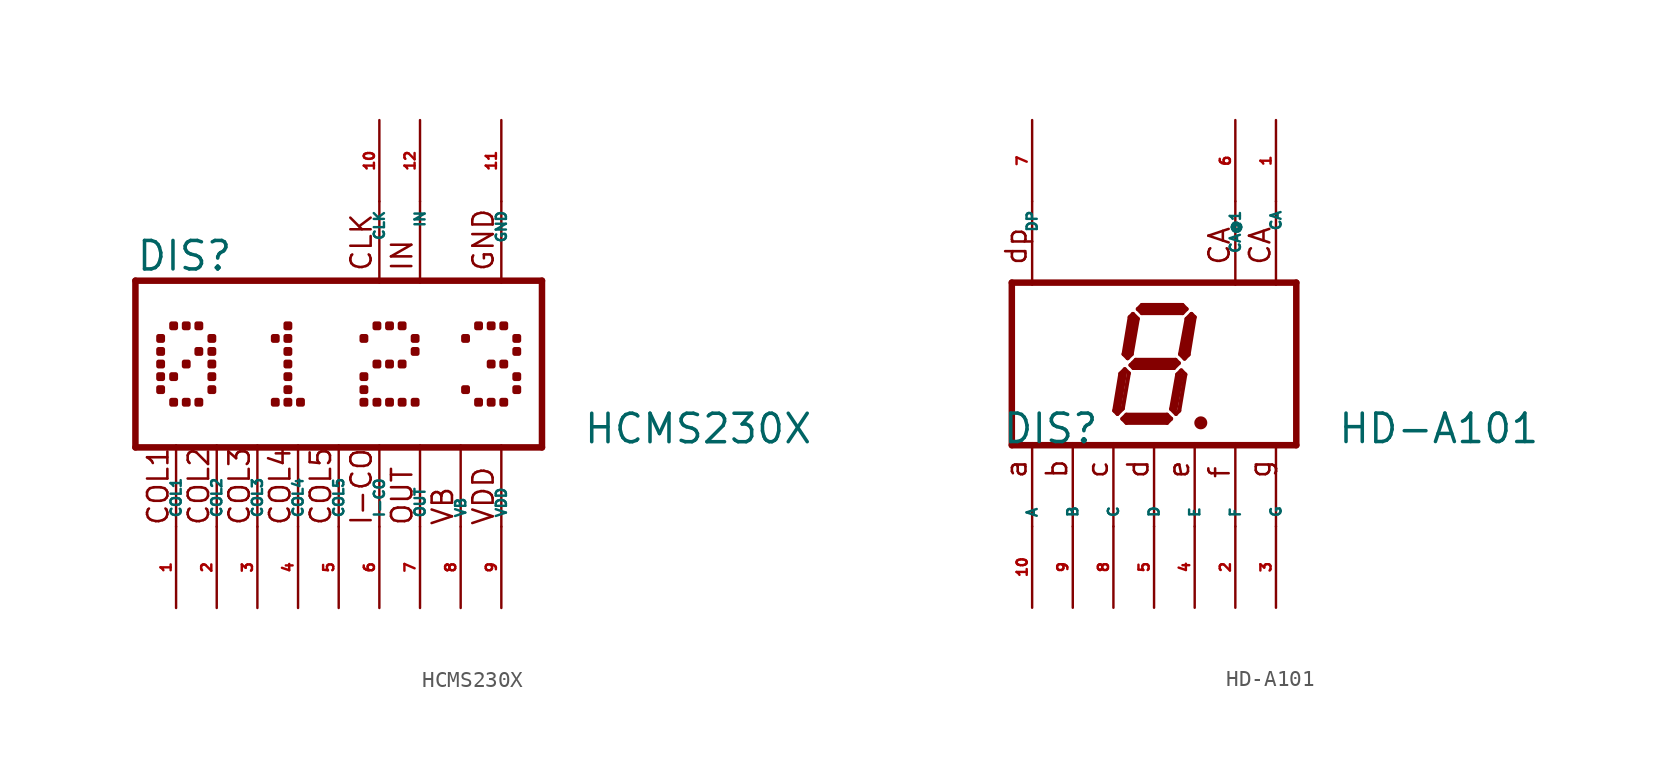
<source format=kicad_sym>
(kicad_symbol_lib
  (version 20220914)
  (generator Eagle2Kicad)
  (symbol "HCMS230X"
    (property "Reference" "DIS"
      (at -12.7 5.715 0)
      (effects (font (size 1.778 1.778) (thickness 0.22)) (justify left bottom)))
    (property "Value" "HCMS230X"
      (at 15.24 -5.08 0)
      (effects (font (size 1.778 1.778) (thickness 0.22)) (justify left bottom)))
    (polyline
      (pts (xy -12.7 -5.207) (xy 12.7 -5.207))
      (stroke (width 0.406) (type default))
      (fill (type none)))
    (polyline
      (pts (xy -12.7 -5.207) (xy -12.7 5.207))
      (stroke (width 0.406) (type default))
      (fill (type none)))
    (polyline
      (pts (xy -10.16 -10.16) (xy -10.16 -5.08))
      (stroke (width 0.152) (type default))
      (fill (type none)))
    (polyline
      (pts (xy -7.62 -10.16) (xy -7.62 -5.08))
      (stroke (width 0.152) (type default))
      (fill (type none)))
    (polyline
      (pts (xy -5.08 -10.16) (xy -5.08 -5.08))
      (stroke (width 0.152) (type default))
      (fill (type none)))
    (polyline
      (pts (xy -2.54 -10.16) (xy -2.54 -5.08))
      (stroke (width 0.152) (type default))
      (fill (type none)))
    (polyline
      (pts (xy 0 -10.16) (xy 0 -5.08))
      (stroke (width 0.152) (type default))
      (fill (type none)))
    (polyline
      (pts (xy 2.54 -10.16) (xy 2.54 -5.08))
      (stroke (width 0.152) (type default))
      (fill (type none)))
    (polyline
      (pts (xy 5.08 -10.16) (xy 5.08 -5.08))
      (stroke (width 0.152) (type default))
      (fill (type none)))
    (polyline
      (pts (xy 7.62 -10.16) (xy 7.62 -5.08))
      (stroke (width 0.152) (type default))
      (fill (type none)))
    (polyline
      (pts (xy -12.7 5.207) (xy 12.7 5.207))
      (stroke (width 0.406) (type default))
      (fill (type none)))
    (polyline
      (pts (xy 5.08 10.16) (xy 5.08 5.08))
      (stroke (width 0.152) (type default))
      (fill (type none)))
    (polyline
      (pts (xy 2.54 10.16) (xy 2.54 5.08))
      (stroke (width 0.152) (type default))
      (fill (type none)))
    (polyline
      (pts (xy 12.7 -5.207) (xy 12.7 5.207))
      (stroke (width 0.406) (type default))
      (fill (type none)))
    (polyline
      (pts (xy 10.16 10.16) (xy 10.16 5.08))
      (stroke (width 0.152) (type default))
      (fill (type none)))
    (polyline
      (pts (xy 10.16 -10.16) (xy 10.16 -5.08))
      (stroke (width 0.152) (type default))
      (fill (type none)))
    (text "VDD"
      (at 9.779 -10.16 900)
      (effects (font (size 1.27 1.27) (thickness 0.16)) (justify left bottom)))
    (text "GND"
      (at 9.779 5.715 900)
      (effects (font (size 1.27 1.27) (thickness 0.16)) (justify left bottom)))
    (text "COL1"
      (at -10.541 -10.16 900)
      (effects (font (size 1.27 1.27) (thickness 0.16)) (justify left bottom)))
    (text "COL2"
      (at -8.001 -10.16 900)
      (effects (font (size 1.27 1.27) (thickness 0.16)) (justify left bottom)))
    (text "COL3"
      (at -5.461 -10.16 900)
      (effects (font (size 1.27 1.27) (thickness 0.16)) (justify left bottom)))
    (text "COL4"
      (at -2.921 -10.16 900)
      (effects (font (size 1.27 1.27) (thickness 0.16)) (justify left bottom)))
    (text "COL5"
      (at -0.381 -10.16 900)
      (effects (font (size 1.27 1.27) (thickness 0.16)) (justify left bottom)))
    (text "I-CO"
      (at 2.159 -10.16 900)
      (effects (font (size 1.27 1.27) (thickness 0.16)) (justify left bottom)))
    (text "VB"
      (at 7.239 -10.16 900)
      (effects (font (size 1.27 1.27) (thickness 0.16)) (justify left bottom)))
    (text "CLK"
      (at 2.159 5.715 900)
      (effects (font (size 1.27 1.27) (thickness 0.16)) (justify left bottom)))
    (text "OUT"
      (at 4.699 -10.16 900)
      (effects (font (size 1.27 1.27) (thickness 0.16)) (justify left bottom)))
    (text "IN"
      (at 4.699 5.715 900)
      (effects (font (size 1.27 1.27) (thickness 0.16)) (justify left bottom)))
    (rectangle
      (start -3.302 -0.127)
      (end -3.048 0.127)
      (stroke (width 0.3) (type default))
      (fill (type outline)))
    (rectangle
      (start -3.302 0.66)
      (end -3.048 0.914)
      (stroke (width 0.3) (type default))
      (fill (type outline)))
    (rectangle
      (start -3.302 1.473)
      (end -3.048 1.727)
      (stroke (width 0.3) (type default))
      (fill (type outline)))
    (rectangle
      (start -3.302 2.261)
      (end -3.048 2.515)
      (stroke (width 0.3) (type default))
      (fill (type outline)))
    (rectangle
      (start -3.302 -0.914)
      (end -3.048 -0.66)
      (stroke (width 0.3) (type default))
      (fill (type outline)))
    (rectangle
      (start -3.302 -1.727)
      (end -3.048 -1.473)
      (stroke (width 0.3) (type default))
      (fill (type outline)))
    (rectangle
      (start -3.302 -2.515)
      (end -3.048 -2.261)
      (stroke (width 0.3) (type default))
      (fill (type outline)))
    (rectangle
      (start -4.089 1.473)
      (end -3.835 1.727)
      (stroke (width 0.3) (type default))
      (fill (type outline)))
    (rectangle
      (start -2.515 -2.515)
      (end -2.261 -2.261)
      (stroke (width 0.3) (type default))
      (fill (type outline)))
    (rectangle
      (start -4.089 -2.515)
      (end -3.835 -2.261)
      (stroke (width 0.3) (type default))
      (fill (type outline)))
    (rectangle
      (start 3.048 -0.127)
      (end 3.302 0.127)
      (stroke (width 0.3) (type default))
      (fill (type outline)))
    (rectangle
      (start 3.835 -0.127)
      (end 4.089 0.127)
      (stroke (width 0.3) (type default))
      (fill (type outline)))
    (rectangle
      (start 2.261 -0.127)
      (end 2.515 0.127)
      (stroke (width 0.3) (type default))
      (fill (type outline)))
    (rectangle
      (start 3.048 2.261)
      (end 3.302 2.515)
      (stroke (width 0.3) (type default))
      (fill (type outline)))
    (rectangle
      (start 3.048 -2.515)
      (end 3.302 -2.261)
      (stroke (width 0.3) (type default))
      (fill (type outline)))
    (rectangle
      (start 1.448 1.473)
      (end 1.702 1.727)
      (stroke (width 0.3) (type default))
      (fill (type outline)))
    (rectangle
      (start 2.261 2.261)
      (end 2.515 2.515)
      (stroke (width 0.3) (type default))
      (fill (type outline)))
    (rectangle
      (start 4.648 0.66)
      (end 4.902 0.914)
      (stroke (width 0.3) (type default))
      (fill (type outline)))
    (rectangle
      (start 4.648 1.473)
      (end 4.902 1.727)
      (stroke (width 0.3) (type default))
      (fill (type outline)))
    (rectangle
      (start 3.835 2.261)
      (end 4.089 2.515)
      (stroke (width 0.3) (type default))
      (fill (type outline)))
    (rectangle
      (start 3.835 -2.515)
      (end 4.089 -2.261)
      (stroke (width 0.3) (type default))
      (fill (type outline)))
    (rectangle
      (start 4.648 -2.515)
      (end 4.902 -2.261)
      (stroke (width 0.3) (type default))
      (fill (type outline)))
    (rectangle
      (start 1.448 -1.727)
      (end 1.702 -1.473)
      (stroke (width 0.3) (type default))
      (fill (type outline)))
    (rectangle
      (start 1.448 -0.914)
      (end 1.702 -0.66)
      (stroke (width 0.3) (type default))
      (fill (type outline)))
    (rectangle
      (start 2.261 -2.515)
      (end 2.515 -2.261)
      (stroke (width 0.3) (type default))
      (fill (type outline)))
    (rectangle
      (start 1.448 -2.515)
      (end 1.702 -2.261)
      (stroke (width 0.3) (type default))
      (fill (type outline)))
    (rectangle
      (start 9.398 -0.127)
      (end 9.652 0.127)
      (stroke (width 0.3) (type default))
      (fill (type outline)))
    (rectangle
      (start 10.185 -0.127)
      (end 10.439 0.127)
      (stroke (width 0.3) (type default))
      (fill (type outline)))
    (rectangle
      (start 9.398 2.261)
      (end 9.652 2.515)
      (stroke (width 0.3) (type default))
      (fill (type outline)))
    (rectangle
      (start 9.398 -2.515)
      (end 9.652 -2.261)
      (stroke (width 0.3) (type default))
      (fill (type outline)))
    (rectangle
      (start 7.798 1.473)
      (end 8.052 1.727)
      (stroke (width 0.3) (type default))
      (fill (type outline)))
    (rectangle
      (start 8.611 2.261)
      (end 8.865 2.515)
      (stroke (width 0.3) (type default))
      (fill (type outline)))
    (rectangle
      (start 10.998 0.66)
      (end 11.252 0.914)
      (stroke (width 0.3) (type default))
      (fill (type outline)))
    (rectangle
      (start 10.998 1.473)
      (end 11.252 1.727)
      (stroke (width 0.3) (type default))
      (fill (type outline)))
    (rectangle
      (start 10.185 2.261)
      (end 10.439 2.515)
      (stroke (width 0.3) (type default))
      (fill (type outline)))
    (rectangle
      (start 10.998 -0.914)
      (end 11.252 -0.66)
      (stroke (width 0.3) (type default))
      (fill (type outline)))
    (rectangle
      (start 10.998 -1.727)
      (end 11.252 -1.473)
      (stroke (width 0.3) (type default))
      (fill (type outline)))
    (rectangle
      (start 10.185 -2.515)
      (end 10.439 -2.261)
      (stroke (width 0.3) (type default))
      (fill (type outline)))
    (rectangle
      (start 7.798 -1.727)
      (end 8.052 -1.473)
      (stroke (width 0.3) (type default))
      (fill (type outline)))
    (rectangle
      (start 8.611 -2.515)
      (end 8.865 -2.261)
      (stroke (width 0.3) (type default))
      (fill (type outline)))
    (rectangle
      (start -9.652 -0.127)
      (end -9.398 0.127)
      (stroke (width 0.3) (type default))
      (fill (type outline)))
    (rectangle
      (start -8.052 -0.127)
      (end -7.798 0.127)
      (stroke (width 0.3) (type default))
      (fill (type outline)))
    (rectangle
      (start -11.252 -0.127)
      (end -10.998 0.127)
      (stroke (width 0.3) (type default))
      (fill (type outline)))
    (rectangle
      (start -9.652 2.261)
      (end -9.398 2.515)
      (stroke (width 0.3) (type default))
      (fill (type outline)))
    (rectangle
      (start -9.652 -2.515)
      (end -9.398 -2.261)
      (stroke (width 0.3) (type default))
      (fill (type outline)))
    (rectangle
      (start -11.252 0.66)
      (end -10.998 0.914)
      (stroke (width 0.3) (type default))
      (fill (type outline)))
    (rectangle
      (start -11.252 1.473)
      (end -10.998 1.727)
      (stroke (width 0.3) (type default))
      (fill (type outline)))
    (rectangle
      (start -10.439 2.261)
      (end -10.185 2.515)
      (stroke (width 0.3) (type default))
      (fill (type outline)))
    (rectangle
      (start -8.865 0.66)
      (end -8.611 0.914)
      (stroke (width 0.3) (type default))
      (fill (type outline)))
    (rectangle
      (start -8.052 0.66)
      (end -7.798 0.914)
      (stroke (width 0.3) (type default))
      (fill (type outline)))
    (rectangle
      (start -8.052 1.473)
      (end -7.798 1.727)
      (stroke (width 0.3) (type default))
      (fill (type outline)))
    (rectangle
      (start -8.865 2.261)
      (end -8.611 2.515)
      (stroke (width 0.3) (type default))
      (fill (type outline)))
    (rectangle
      (start -10.439 -0.914)
      (end -10.185 -0.66)
      (stroke (width 0.3) (type default))
      (fill (type outline)))
    (rectangle
      (start -8.052 -0.914)
      (end -7.798 -0.66)
      (stroke (width 0.3) (type default))
      (fill (type outline)))
    (rectangle
      (start -8.052 -1.727)
      (end -7.798 -1.473)
      (stroke (width 0.3) (type default))
      (fill (type outline)))
    (rectangle
      (start -8.865 -2.515)
      (end -8.611 -2.261)
      (stroke (width 0.3) (type default))
      (fill (type outline)))
    (rectangle
      (start -11.252 -1.727)
      (end -10.998 -1.473)
      (stroke (width 0.3) (type default))
      (fill (type outline)))
    (rectangle
      (start -11.252 -0.914)
      (end -10.998 -0.66)
      (stroke (width 0.3) (type default))
      (fill (type outline)))
    (rectangle
      (start -10.439 -2.515)
      (end -10.185 -2.261)
      (stroke (width 0.3) (type default))
      (fill (type outline)))
    (pin input line
      (at -10.16 -15.24 90)
      (length 5.08)
      (name "COL1" (effects (font (size 0.635 0.635) (thickness 0.08)) (justify left bottom)))
      (number "1" (effects (font (size 0.635 0.635) (thickness 0.08)) (justify left bottom))))
    (pin input line
      (at -7.62 -15.24 90)
      (length 5.08)
      (name "COL2" (effects (font (size 0.635 0.635) (thickness 0.08)) (justify left bottom)))
      (number "2" (effects (font (size 0.635 0.635) (thickness 0.08)) (justify left bottom))))
    (pin input line
      (at -5.08 -15.24 90)
      (length 5.08)
      (name "COL3" (effects (font (size 0.635 0.635) (thickness 0.08)) (justify left bottom)))
      (number "3" (effects (font (size 0.635 0.635) (thickness 0.08)) (justify left bottom))))
    (pin input line
      (at -2.54 -15.24 90)
      (length 5.08)
      (name "COL4" (effects (font (size 0.635 0.635) (thickness 0.08)) (justify left bottom)))
      (number "4" (effects (font (size 0.635 0.635) (thickness 0.08)) (justify left bottom))))
    (pin input line
      (at 0 -15.24 90)
      (length 5.08)
      (name "COL5" (effects (font (size 0.635 0.635) (thickness 0.08)) (justify left bottom)))
      (number "5" (effects (font (size 0.635 0.635) (thickness 0.08)) (justify left bottom))))
    (pin input line
      (at 2.54 -15.24 90)
      (length 5.08)
      (name "I-CO" (effects (font (size 0.635 0.635) (thickness 0.08)) (justify left bottom)))
      (number "6" (effects (font (size 0.635 0.635) (thickness 0.08)) (justify left bottom))))
    (pin input line
      (at 5.08 -15.24 90)
      (length 5.08)
      (name "OUT" (effects (font (size 0.635 0.635) (thickness 0.08)) (justify left bottom)))
      (number "7" (effects (font (size 0.635 0.635) (thickness 0.08)) (justify left bottom))))
    (pin input line
      (at 7.62 -15.24 90)
      (length 5.08)
      (name "VB" (effects (font (size 0.635 0.635) (thickness 0.08)) (justify left bottom)))
      (number "8" (effects (font (size 0.635 0.635) (thickness 0.08)) (justify left bottom))))
    (pin unspecified line
      (at 10.16 -15.24 90)
      (length 5.08)
      (name "VDD" (effects (font (size 0.635 0.635) (thickness 0.08)) (justify left bottom)))
      (number "9" (effects (font (size 0.635 0.635) (thickness 0.08)) (justify left bottom))))
    (pin unspecified line
      (at 10.16 15.24 270)
      (length 5.08)
      (name "GND" (effects (font (size 0.635 0.635) (thickness 0.08)) (justify left bottom)))
      (number "11" (effects (font (size 0.635 0.635) (thickness 0.08)) (justify left bottom))))
    (pin input line
      (at 2.54 15.24 270)
      (length 5.08)
      (name "CLK" (effects (font (size 0.635 0.635) (thickness 0.08)) (justify left bottom)))
      (number "10" (effects (font (size 0.635 0.635) (thickness 0.08)) (justify left bottom))))
    (pin input line
      (at 5.08 15.24 270)
      (length 5.08)
      (name "IN" (effects (font (size 0.635 0.635) (thickness 0.08)) (justify left bottom)))
      (number "12" (effects (font (size 0.635 0.635) (thickness 0.08)) (justify left bottom)))))
  (symbol "HD-A101"
    (property "Reference" "DIS"
      (at -9.525 -5.08 0)
      (effects (font (size 1.778 1.778) (thickness 0.22)) (justify left bottom)))
    (property "Value" "HD-A101"
      (at 11.43 -5.08 0)
      (effects (font (size 1.778 1.778) (thickness 0.22)) (justify left bottom)))
    (polyline
      (pts (xy 2.794 -3.683) (xy 3.048 -3.683))
      (stroke (width 0.305) (type default))
      (fill (type none)))
    (polyline
      (pts (xy 2.337 3.124) (xy 2.032 2.819))
      (stroke (width 0.254) (type default))
      (fill (type none)))
    (polyline
      (pts (xy 2.032 2.819) (xy 1.626 0.61))
      (stroke (width 0.254) (type default))
      (fill (type none)))
    (polyline
      (pts (xy 1.626 0.61) (xy 1.905 0.33))
      (stroke (width 0.254) (type default))
      (fill (type none)))
    (polyline
      (pts (xy 1.905 0.33) (xy 2.159 0.584))
      (stroke (width 0.254) (type default))
      (fill (type none)))
    (polyline
      (pts (xy 2.159 0.584) (xy 2.54 2.921))
      (stroke (width 0.254) (type default))
      (fill (type none)))
    (polyline
      (pts (xy 2.54 2.921) (xy 2.337 3.124))
      (stroke (width 0.254) (type default))
      (fill (type none)))
    (polyline
      (pts (xy 2.032 3.429) (xy 1.778 3.175))
      (stroke (width 0.254) (type default))
      (fill (type none)))
    (polyline
      (pts (xy 1.778 3.175) (xy -0.762 3.175))
      (stroke (width 0.254) (type default))
      (fill (type none)))
    (polyline
      (pts (xy -0.762 3.175) (xy -1.016 3.429))
      (stroke (width 0.254) (type default))
      (fill (type none)))
    (polyline
      (pts (xy -1.016 3.429) (xy -0.762 3.683))
      (stroke (width 0.254) (type default))
      (fill (type none)))
    (polyline
      (pts (xy -0.762 3.683) (xy 1.778 3.683))
      (stroke (width 0.254) (type default))
      (fill (type none)))
    (polyline
      (pts (xy 1.778 3.683) (xy 2.032 3.429))
      (stroke (width 0.254) (type default))
      (fill (type none)))
    (polyline
      (pts (xy -1.321 3.124) (xy -1.016 2.819))
      (stroke (width 0.254) (type default))
      (fill (type none)))
    (polyline
      (pts (xy -1.016 2.819) (xy -1.397 0.61))
      (stroke (width 0.254) (type default))
      (fill (type none)))
    (polyline
      (pts (xy -1.397 0.61) (xy -1.651 0.356))
      (stroke (width 0.254) (type default))
      (fill (type none)))
    (polyline
      (pts (xy -1.651 0.356) (xy -1.905 0.61))
      (stroke (width 0.254) (type default))
      (fill (type none)))
    (polyline
      (pts (xy -1.905 0.61) (xy -1.524 2.921))
      (stroke (width 0.254) (type default))
      (fill (type none)))
    (polyline
      (pts (xy -1.524 2.921) (xy -1.321 3.124))
      (stroke (width 0.254) (type default))
      (fill (type none)))
    (polyline
      (pts (xy -1.473 -0.076) (xy -1.143 0.254))
      (stroke (width 0.254) (type default))
      (fill (type none)))
    (polyline
      (pts (xy -1.143 0.254) (xy 1.346 0.254))
      (stroke (width 0.254) (type default))
      (fill (type none)))
    (polyline
      (pts (xy 1.346 0.254) (xy 1.549 0.051))
      (stroke (width 0.254) (type default))
      (fill (type none)))
    (polyline
      (pts (xy 1.549 0.051) (xy 1.245 -0.254))
      (stroke (width 0.254) (type default))
      (fill (type none)))
    (polyline
      (pts (xy 1.245 -0.254) (xy -1.295 -0.254))
      (stroke (width 0.254) (type default))
      (fill (type none)))
    (polyline
      (pts (xy -1.295 -0.254) (xy -1.473 -0.076))
      (stroke (width 0.254) (type default))
      (fill (type none)))
    (polyline
      (pts (xy -1.829 -0.33) (xy -1.575 -0.584))
      (stroke (width 0.254) (type default))
      (fill (type none)))
    (polyline
      (pts (xy -2.286 -3.124) (xy -1.956 -2.794))
      (stroke (width 0.254) (type default))
      (fill (type none)))
    (polyline
      (pts (xy -1.956 -2.794) (xy -1.575 -0.584))
      (stroke (width 0.254) (type default))
      (fill (type none)))
    (polyline
      (pts (xy -1.829 -0.33) (xy -2.108 -0.61))
      (stroke (width 0.254) (type default))
      (fill (type none)))
    (polyline
      (pts (xy -2.108 -0.61) (xy -2.489 -2.921))
      (stroke (width 0.254) (type default))
      (fill (type none)))
    (polyline
      (pts (xy -2.489 -2.921) (xy -2.286 -3.124))
      (stroke (width 0.254) (type default))
      (fill (type none)))
    (polyline
      (pts (xy -1.981 -3.429) (xy -1.727 -3.175))
      (stroke (width 0.254) (type default))
      (fill (type none)))
    (polyline
      (pts (xy -1.727 -3.175) (xy 0.813 -3.175))
      (stroke (width 0.254) (type default))
      (fill (type none)))
    (polyline
      (pts (xy 0.813 -3.175) (xy 1.067 -3.429))
      (stroke (width 0.254) (type default))
      (fill (type none)))
    (polyline
      (pts (xy 1.067 -3.429) (xy 0.813 -3.683))
      (stroke (width 0.254) (type default))
      (fill (type none)))
    (polyline
      (pts (xy 0.813 -3.683) (xy -1.727 -3.683))
      (stroke (width 0.254) (type default))
      (fill (type none)))
    (polyline
      (pts (xy -1.727 -3.683) (xy -1.981 -3.429))
      (stroke (width 0.254) (type default))
      (fill (type none)))
    (polyline
      (pts (xy 1.702 -0.406) (xy 1.448 -0.66))
      (stroke (width 0.254) (type default))
      (fill (type none)))
    (polyline
      (pts (xy 1.448 -0.66) (xy 1.067 -2.819))
      (stroke (width 0.254) (type default))
      (fill (type none)))
    (polyline
      (pts (xy 1.067 -2.819) (xy 1.372 -3.124))
      (stroke (width 0.254) (type default))
      (fill (type none)))
    (polyline
      (pts (xy 1.372 -3.124) (xy 1.575 -2.921))
      (stroke (width 0.254) (type default))
      (fill (type none)))
    (polyline
      (pts (xy 1.575 -2.921) (xy 1.956 -0.66))
      (stroke (width 0.254) (type default))
      (fill (type none)))
    (polyline
      (pts (xy 1.956 -0.66) (xy 1.702 -0.406))
      (stroke (width 0.254) (type default))
      (fill (type none)))
    (polyline
      (pts (xy 2.286 2.794) (xy 1.905 0.635))
      (stroke (width 0.406) (type default))
      (fill (type none)))
    (polyline
      (pts (xy 1.778 3.429) (xy -0.762 3.429))
      (stroke (width 0.406) (type default))
      (fill (type none)))
    (polyline
      (pts (xy -1.27 2.794) (xy -1.651 0.635))
      (stroke (width 0.406) (type default))
      (fill (type none)))
    (polyline
      (pts (xy -1.27 0) (xy 1.27 0))
      (stroke (width 0.406) (type default))
      (fill (type none)))
    (polyline
      (pts (xy 1.651 -0.762) (xy 1.27 -2.794))
      (stroke (width 0.406) (type default))
      (fill (type none)))
    (polyline
      (pts (xy 0.762 -3.429) (xy -1.651 -3.429))
      (stroke (width 0.406) (type default))
      (fill (type none)))
    (polyline
      (pts (xy -2.286 -2.921) (xy -1.905 -0.635))
      (stroke (width 0.406) (type default))
      (fill (type none)))
    (polyline
      (pts (xy -8.89 5.08) (xy 8.89 5.08))
      (stroke (width 0.406) (type default))
      (fill (type none)))
    (polyline
      (pts (xy 8.89 -5.08) (xy 8.89 5.08))
      (stroke (width 0.406) (type default))
      (fill (type none)))
    (polyline
      (pts (xy 8.89 -5.08) (xy -8.89 -5.08))
      (stroke (width 0.406) (type default))
      (fill (type none)))
    (polyline
      (pts (xy -8.89 5.08) (xy -8.89 -5.08))
      (stroke (width 0.406) (type default))
      (fill (type none)))
    (polyline
      (pts (xy 7.62 -4.953) (xy 7.62 -10.16))
      (stroke (width 0.152) (type default))
      (fill (type none)))
    (polyline
      (pts (xy 5.08 -4.953) (xy 5.08 -10.16))
      (stroke (width 0.152) (type default))
      (fill (type none)))
    (polyline
      (pts (xy 0 -4.953) (xy 0 -10.16))
      (stroke (width 0.152) (type default))
      (fill (type none)))
    (polyline
      (pts (xy -5.08 -4.953) (xy -5.08 -10.16))
      (stroke (width 0.152) (type default))
      (fill (type none)))
    (polyline
      (pts (xy -7.62 -4.953) (xy -7.62 -10.16))
      (stroke (width 0.152) (type default))
      (fill (type none)))
    (polyline
      (pts (xy 7.62 10.16) (xy 7.62 4.953))
      (stroke (width 0.152) (type default))
      (fill (type none)))
    (polyline
      (pts (xy -2.54 -4.953) (xy -2.54 -10.16))
      (stroke (width 0.152) (type default))
      (fill (type none)))
    (polyline
      (pts (xy 2.54 -4.953) (xy 2.54 -10.16))
      (stroke (width 0.152) (type default))
      (fill (type none)))
    (polyline
      (pts (xy -7.62 10.16) (xy -7.62 4.953))
      (stroke (width 0.152) (type default))
      (fill (type none)))
    (polyline
      (pts (xy 5.08 10.16) (xy 5.08 4.953))
      (stroke (width 0.152) (type default))
      (fill (type none)))
    (text "CA"
      (at 7.366 6.096 900)
      (effects (font (size 1.27 1.27) (thickness 0.16)) (justify left bottom)))
    (text "CA"
      (at 4.826 6.096 900)
      (effects (font (size 1.27 1.27) (thickness 0.16)) (justify left bottom)))
    (text "a"
      (at -7.874 -7.239 900)
      (effects (font (size 1.27 1.27) (thickness 0.16)) (justify left bottom)))
    (text "b"
      (at -5.334 -7.239 900)
      (effects (font (size 1.27 1.27) (thickness 0.16)) (justify left bottom)))
    (text "c"
      (at -2.794 -7.239 900)
      (effects (font (size 1.27 1.27) (thickness 0.16)) (justify left bottom)))
    (text "d"
      (at -0.254 -7.239 900)
      (effects (font (size 1.27 1.27) (thickness 0.16)) (justify left bottom)))
    (text "e"
      (at 2.286 -7.239 900)
      (effects (font (size 1.27 1.27) (thickness 0.16)) (justify left bottom)))
    (text "f"
      (at 4.826 -7.239 900)
      (effects (font (size 1.27 1.27) (thickness 0.16)) (justify left bottom)))
    (text "g"
      (at 7.366 -7.239 900)
      (effects (font (size 1.27 1.27) (thickness 0.16)) (justify left bottom)))
    (text "dp"
      (at -7.874 6.096 900)
      (effects (font (size 1.27 1.27) (thickness 0.16)) (justify left bottom)))
    (circle
      (center 2.921 -3.683)
      (radius 0.254)
      (stroke (width 0.305) (type default))
      (fill (type none)))
    (pin passive line
      (at -7.62 15.24 270)
      (length 5.08)
      (name "DP" (effects (font (size 0.635 0.635) (thickness 0.08)) (justify left bottom)))
      (number "7" (effects (font (size 0.635 0.635) (thickness 0.08)) (justify left bottom))))
    (pin passive line
      (at 5.08 -15.24 90)
      (length 5.08)
      (name "F" (effects (font (size 0.635 0.635) (thickness 0.08)) (justify left bottom)))
      (number "2" (effects (font (size 0.635 0.635) (thickness 0.08)) (justify left bottom))))
    (pin passive line
      (at 0 -15.24 90)
      (length 5.08)
      (name "D" (effects (font (size 0.635 0.635) (thickness 0.08)) (justify left bottom)))
      (number "5" (effects (font (size 0.635 0.635) (thickness 0.08)) (justify left bottom))))
    (pin passive line
      (at -5.08 -15.24 90)
      (length 5.08)
      (name "B" (effects (font (size 0.635 0.635) (thickness 0.08)) (justify left bottom)))
      (number "9" (effects (font (size 0.635 0.635) (thickness 0.08)) (justify left bottom))))
    (pin passive line
      (at -7.62 -15.24 90)
      (length 5.08)
      (name "A" (effects (font (size 0.635 0.635) (thickness 0.08)) (justify left bottom)))
      (number "10" (effects (font (size 0.635 0.635) (thickness 0.08)) (justify left bottom))))
    (pin passive line
      (at 7.62 15.24 270)
      (length 5.08)
      (name "CA" (effects (font (size 0.635 0.635) (thickness 0.08)) (justify left bottom)))
      (number "1" (effects (font (size 0.635 0.635) (thickness 0.08)) (justify left bottom))))
    (pin passive line
      (at -2.54 -15.24 90)
      (length 5.08)
      (name "C" (effects (font (size 0.635 0.635) (thickness 0.08)) (justify left bottom)))
      (number "8" (effects (font (size 0.635 0.635) (thickness 0.08)) (justify left bottom))))
    (pin passive line
      (at 2.54 -15.24 90)
      (length 5.08)
      (name "E" (effects (font (size 0.635 0.635) (thickness 0.08)) (justify left bottom)))
      (number "4" (effects (font (size 0.635 0.635) (thickness 0.08)) (justify left bottom))))
    (pin passive line
      (at 7.62 -15.24 90)
      (length 5.08)
      (name "G" (effects (font (size 0.635 0.635) (thickness 0.08)) (justify left bottom)))
      (number "3" (effects (font (size 0.635 0.635) (thickness 0.08)) (justify left bottom))))
    (pin passive line
      (at 5.08 15.24 270)
      (length 5.08)
      (name "CA@1" (effects (font (size 0.635 0.635) (thickness 0.08)) (justify left bottom)))
      (number "6" (effects (font (size 0.635 0.635) (thickness 0.08)) (justify left bottom))))))
</source>
